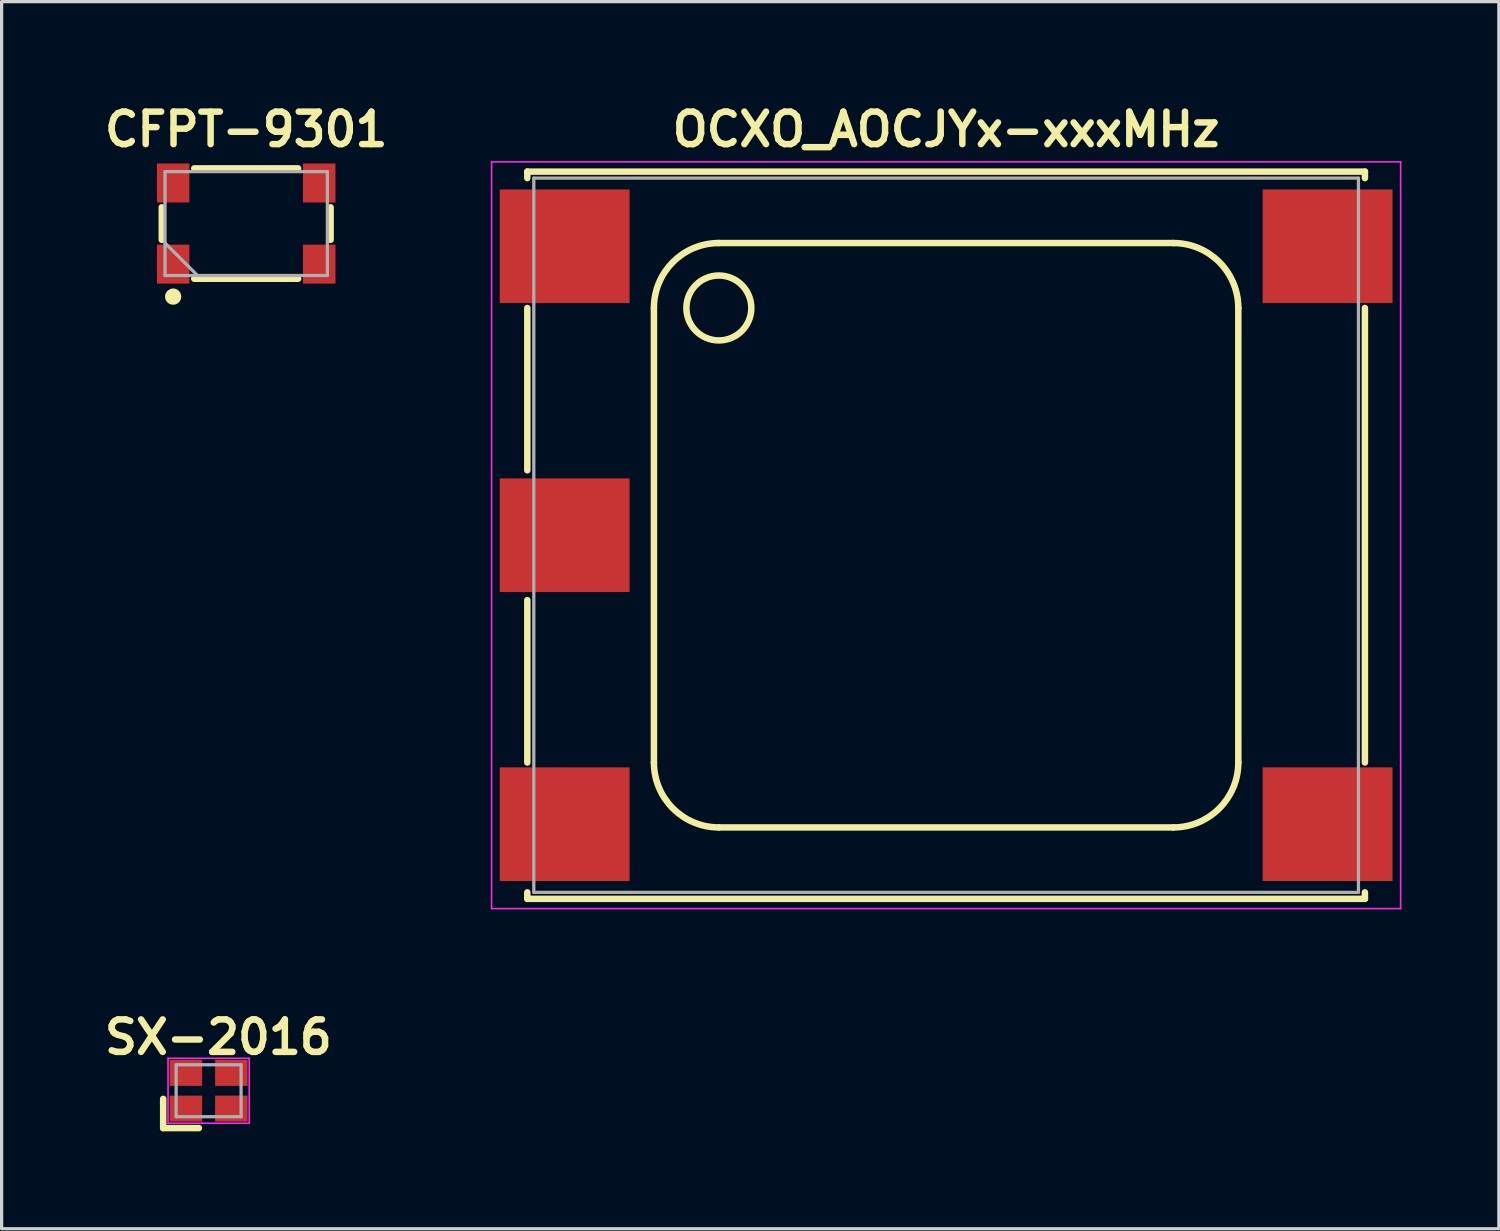
<source format=kicad_pcb>
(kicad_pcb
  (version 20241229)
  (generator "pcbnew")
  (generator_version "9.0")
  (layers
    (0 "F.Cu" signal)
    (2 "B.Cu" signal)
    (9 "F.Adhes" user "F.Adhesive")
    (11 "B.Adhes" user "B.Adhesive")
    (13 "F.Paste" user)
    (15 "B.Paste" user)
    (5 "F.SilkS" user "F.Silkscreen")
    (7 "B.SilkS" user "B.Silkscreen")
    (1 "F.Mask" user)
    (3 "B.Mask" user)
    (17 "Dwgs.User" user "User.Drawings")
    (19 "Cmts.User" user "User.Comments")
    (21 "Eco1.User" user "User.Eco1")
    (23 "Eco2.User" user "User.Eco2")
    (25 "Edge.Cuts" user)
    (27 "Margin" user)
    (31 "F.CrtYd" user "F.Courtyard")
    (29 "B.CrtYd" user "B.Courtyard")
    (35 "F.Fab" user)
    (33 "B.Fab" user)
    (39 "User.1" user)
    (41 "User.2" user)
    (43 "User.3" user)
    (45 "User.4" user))
  (footprint "CFPT-9301"
    (layer "F.Cu")
    (at 2.283 5.086)
    (property "Reference" "CFPT-9301" (at 2.25 -4.15 0) (layer "F.SilkS") (effects (font (size 1 1) (thickness 0.2))))
    (attr through_hole)
    (fp_line (start -0.35 -1.75) (end -0.35 -0.75) (stroke (width 0.2) (type solid)) (layer "F.SilkS"))
    (fp_line (start 0.65 -2.95) (end 3.85 -2.95) (stroke (width 0.2) (type solid)) (layer "F.SilkS"))
    (fp_line (start 0.65 0.45) (end 3.85 0.45) (stroke (width 0.2) (type solid)) (layer "F.SilkS"))
    (fp_line (start 4.85 -0.75) (end 4.85 -1.75) (stroke (width 0.2) (type solid)) (layer "F.SilkS"))
    (fp_circle (center 0 1) (end 0.125 1) (stroke (width 0.25) (type solid)) (fill no) (layer "F.SilkS"))
    (fp_line (start -0.25 -2.85) (end -0.25 0.35) (stroke (width 0.1) (type solid)) (layer "F.Fab"))
    (fp_line (start -0.25 -0.65) (end 0.75 0.35) (stroke (width 0.1) (type solid)) (layer "F.Fab"))
    (fp_line (start -0.25 0.35) (end 4.75 0.35) (stroke (width 0.1) (type solid)) (layer "F.Fab"))
    (fp_line (start 4.75 -2.85) (end -0.25 -2.85) (stroke (width 0.1) (type solid)) (layer "F.Fab"))
    (fp_line (start 4.75 0.35) (end 4.75 -2.85) (stroke (width 0.1) (type solid)) (layer "F.Fab"))
    (pad "1" smd rect (at 0 0) (size 1 1.2) (layers "F.Cu" "F.Mask" "F.Paste"))
    (pad "2" smd rect (at 4.5 0) (size 1 1.2) (layers "F.Cu" "F.Mask" "F.Paste"))
    (pad "3" smd rect (at 4.5 -2.5) (size 1 1.2) (layers "F.Cu" "F.Mask" "F.Paste"))
    (pad "4" smd rect (at 0 -2.5) (size 1 1.2) (layers "F.Cu" "F.Mask" "F.Paste")))
  (footprint "OCXO_AOCJYx-xxxMHz"
    (layer "F.Cu")
    (at 26.092 13.436)
    (property "Reference" "OCXO_AOCJYx-xxxMHz" (at 0 -12.5 0) (layer "F.SilkS") (effects (font (size 1 1) (thickness 0.2))))
    (attr through_hole)
    (fp_line (start -12.9 -11.2) (end -12.9 -11) (stroke (width 0.2) (type solid)) (layer "F.SilkS"))
    (fp_line (start -12.9 -7) (end -12.9 -2) (stroke (width 0.2) (type solid)) (layer "F.SilkS"))
    (fp_line (start -12.9 2) (end -12.9 7) (stroke (width 0.2) (type solid)) (layer "F.SilkS"))
    (fp_line (start -12.9 11.2) (end -12.9 11) (stroke (width 0.2) (type solid)) (layer "F.SilkS"))
    (fp_line (start -12.9 11.2) (end 12.9 11.2) (stroke (width 0.2) (type solid)) (layer "F.SilkS"))
    (fp_line (start -9 -7) (end -9 7) (stroke (width 0.2) (type solid)) (layer "F.SilkS"))
    (fp_line (start -7 -9) (end 7 -9) (stroke (width 0.2) (type solid)) (layer "F.SilkS"))
    (fp_line (start -7 9) (end 7 9) (stroke (width 0.2) (type solid)) (layer "F.SilkS"))
    (fp_line (start 9 7) (end 9 -7) (stroke (width 0.2) (type solid)) (layer "F.SilkS"))
    (fp_line (start 12.9 -11.2) (end -12.9 -11.2) (stroke (width 0.2) (type solid)) (layer "F.SilkS"))
    (fp_line (start 12.9 -11.2) (end 12.9 -11) (stroke (width 0.2) (type solid)) (layer "F.SilkS"))
    (fp_line (start 12.9 -7) (end 12.9 7) (stroke (width 0.2) (type solid)) (layer "F.SilkS"))
    (fp_line (start 12.9 11.2) (end 12.9 11) (stroke (width 0.2) (type solid)) (layer "F.SilkS"))
    (fp_arc (start -9 -7) (mid -8.414214 -8.414214) (end -7 -9) (stroke (width 0.2) (type solid)) (layer "F.SilkS"))
    (fp_arc (start -7 9) (mid -8.414214 8.414214) (end -9 7) (stroke (width 0.2) (type solid)) (layer "F.SilkS"))
    (fp_arc (start 7 -9) (mid 8.414214 -8.414214) (end 9 -7) (stroke (width 0.2) (type solid)) (layer "F.SilkS"))
    (fp_arc (start 9 7) (mid 8.414214 8.414214) (end 7 9) (stroke (width 0.2) (type solid)) (layer "F.SilkS"))
    (fp_circle (center -7 -7) (end -7 -8) (stroke (width 0.2) (type solid)) (fill no) (layer "F.SilkS"))
    (fp_line (start -14 -11.5) (end -14 11.5) (stroke (width 0.05) (type solid)) (layer "F.CrtYd"))
    (fp_line (start -14 11.5) (end 14 11.5) (stroke (width 0.05) (type solid)) (layer "F.CrtYd"))
    (fp_line (start 14 -11.5) (end -14 -11.5) (stroke (width 0.05) (type solid)) (layer "F.CrtYd"))
    (fp_line (start 14 11.5) (end 14 -11.5) (stroke (width 0.05) (type solid)) (layer "F.CrtYd"))
    (fp_line (start -12.7 -11) (end 12.7 -11) (stroke (width 0.1) (type solid)) (layer "F.Fab"))
    (fp_line (start -12.7 11) (end -12.7 -11) (stroke (width 0.1) (type solid)) (layer "F.Fab"))
    (fp_line (start 12.7 -11) (end 12.7 11) (stroke (width 0.1) (type solid)) (layer "F.Fab"))
    (fp_line (start 12.7 11) (end -12.7 11) (stroke (width 0.1) (type solid)) (layer "F.Fab"))
    (pad "1" smd rect (at -11.75 -8.9) (size 4 3.5) (layers "F.Cu" "F.Mask" "F.Paste"))
    (pad "2" smd rect (at -11.75 0) (size 4 3.5) (layers "F.Cu" "F.Mask" "F.Paste"))
    (pad "3" smd rect (at -11.75 8.9) (size 4 3.5) (layers "F.Cu" "F.Mask" "F.Paste"))
    (pad "4" smd rect (at 11.75 8.9) (size 4 3.5) (layers "F.Cu" "F.Mask" "F.Paste"))
    (pad "5" smd rect (at 11.75 -8.9) (size 4 3.5) (layers "F.Cu" "F.Mask" "F.Paste")))
  (footprint "SX-2016"
    (layer "F.Cu")
    (at 2.676 31.097)
    (property "Reference" "SX-2016" (at 1 -2.2 0) (layer "F.SilkS") (effects (font (size 1 1) (thickness 0.2))))
    (attr smd)
    (fp_line (start -0.7 0.6) (end -0.7 -0.3) (stroke (width 0.2) (type solid)) (layer "F.SilkS"))
    (fp_line (start -0.7 0.6) (end 0.4 0.6) (stroke (width 0.2) (type solid)) (layer "F.SilkS"))
    (fp_line (start -0.55 -1.55) (end 1.95 -1.55) (stroke (width 0.05) (type solid)) (layer "F.CrtYd"))
    (fp_line (start -0.55 0.45) (end -0.55 -1.55) (stroke (width 0.05) (type solid)) (layer "F.CrtYd"))
    (fp_line (start 1.95 -1.55) (end 1.95 0.45) (stroke (width 0.05) (type solid)) (layer "F.CrtYd"))
    (fp_line (start 1.95 0.45) (end -0.55 0.45) (stroke (width 0.05) (type solid)) (layer "F.CrtYd"))
    (fp_line (start -0.3 -1.35) (end 1.7 -1.35) (stroke (width 0.1) (type solid)) (layer "F.Fab"))
    (fp_line (start -0.3 0.25) (end -0.3 -1.35) (stroke (width 0.1) (type solid)) (layer "F.Fab"))
    (fp_line (start 1.7 -1.35) (end 1.7 0.25) (stroke (width 0.1) (type solid)) (layer "F.Fab"))
    (fp_line (start 1.7 0.25) (end -0.3 0.25) (stroke (width 0.1) (type solid)) (layer "F.Fab"))
    (pad "1" smd rect (at 0 0) (size 1 0.8) (layers "F.Cu" "F.Mask" "F.Paste"))
    (pad "2" smd rect (at 1.4 0) (size 1 0.8) (layers "F.Cu" "F.Mask" "F.Paste"))
    (pad "3" smd rect (at 1.4 -1.1) (size 1 0.8) (layers "F.Cu" "F.Mask" "F.Paste"))
    (pad "4" smd rect (at 0 -1.1) (size 1 0.8) (layers "F.Cu" "F.Mask" "F.Paste")))
  (gr_rect
    (start -3 -3)
    (end 43.117 34.797)
    (stroke (width 0.1) (type default))
    (fill no)
    (layer "Edge.Cuts")))
</source>
